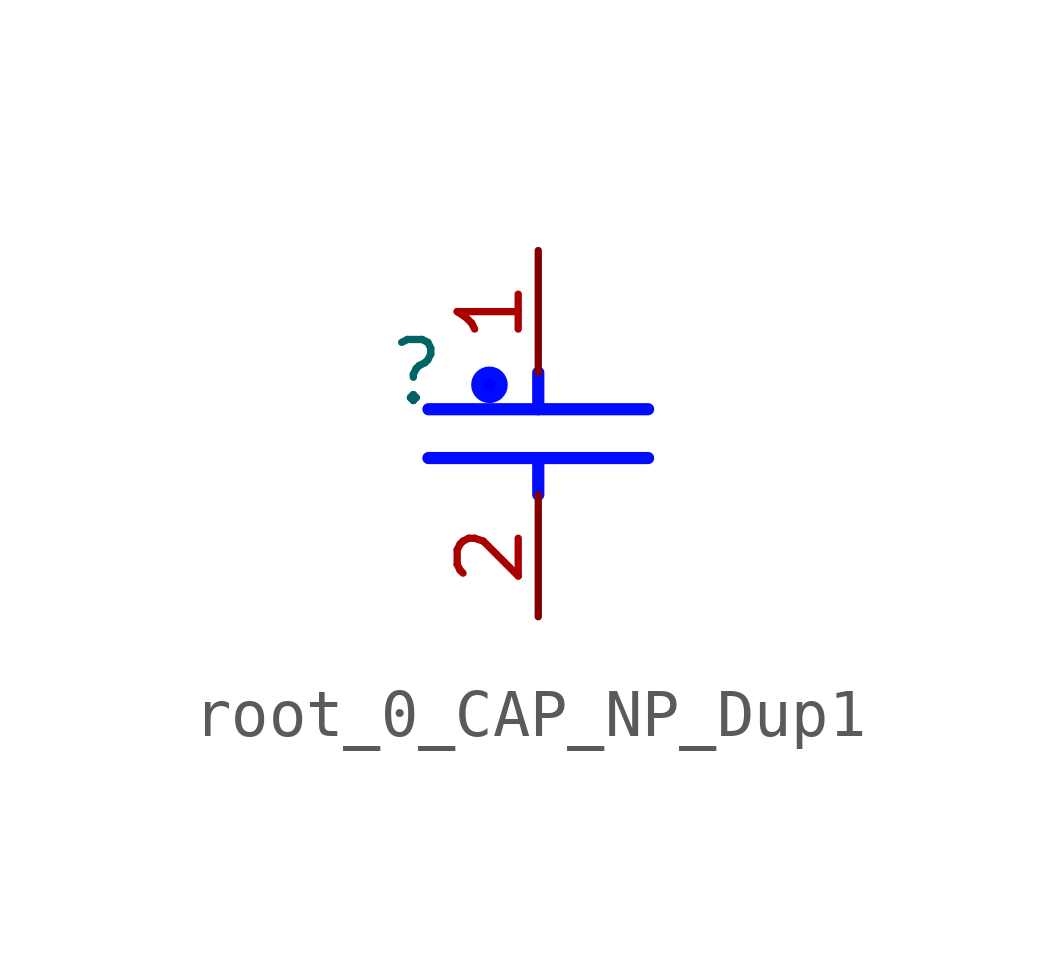
<source format=kicad_sym>
(kicad_symbol_lib
  (version 20231120)
  (generator "kicad_symbol_editor")
  (generator_version "8.0")
  (symbol "root_0_CAP_NP_Dup1"
    (property "Reference" ""
      (at 0 0 0)
      (effects (font (size 1.27 1.27))))
    (property "Value" ""
      (at 0 0 0)
      (effects (font (size 1.27 1.27))))
    (symbol "root_0_CAP_NP_Dup1_1_0"
      (polyline (pts (xy 0.254 -1.778) (xy 4.826 -1.778)) (stroke (width 0.254) (type solid) (color 0 11 255 1)) (fill (type none)))
      (polyline (pts (xy 0.254 -0.762) (xy 4.826 -0.762)) (stroke (width 0.254) (type solid) (color 0 11 255 1)) (fill (type none)))
      (polyline (pts (xy 2.54 -2.54) (xy 2.54 -1.778)) (stroke (width 0.254) (type solid) (color 0 11 255 1)) (fill (type none)))
      (polyline (pts (xy 2.54 0) (xy 2.54 -0.762)) (stroke (width 0.254) (type solid) (color 0 11 255 1)) (fill (type none)))
      (circle (center 1.524 -0.254) (radius 0.254) (stroke (width 0.254) (type solid) (color 0 11 255 1)) (fill (type color) (color 0 0 255 1)))
      (pin passive line (at 2.54 2.54 270) (length 2.54) (name "1" (effects (font (size 0 0)))) (number "1" (effects (font (size 1.27 1.27)))))
      (pin passive line (at 2.54 -5.08 90) (length 2.54) (name "2" (effects (font (size 0 0)))) (number "2" (effects (font (size 1.27 1.27))))))))
</source>
